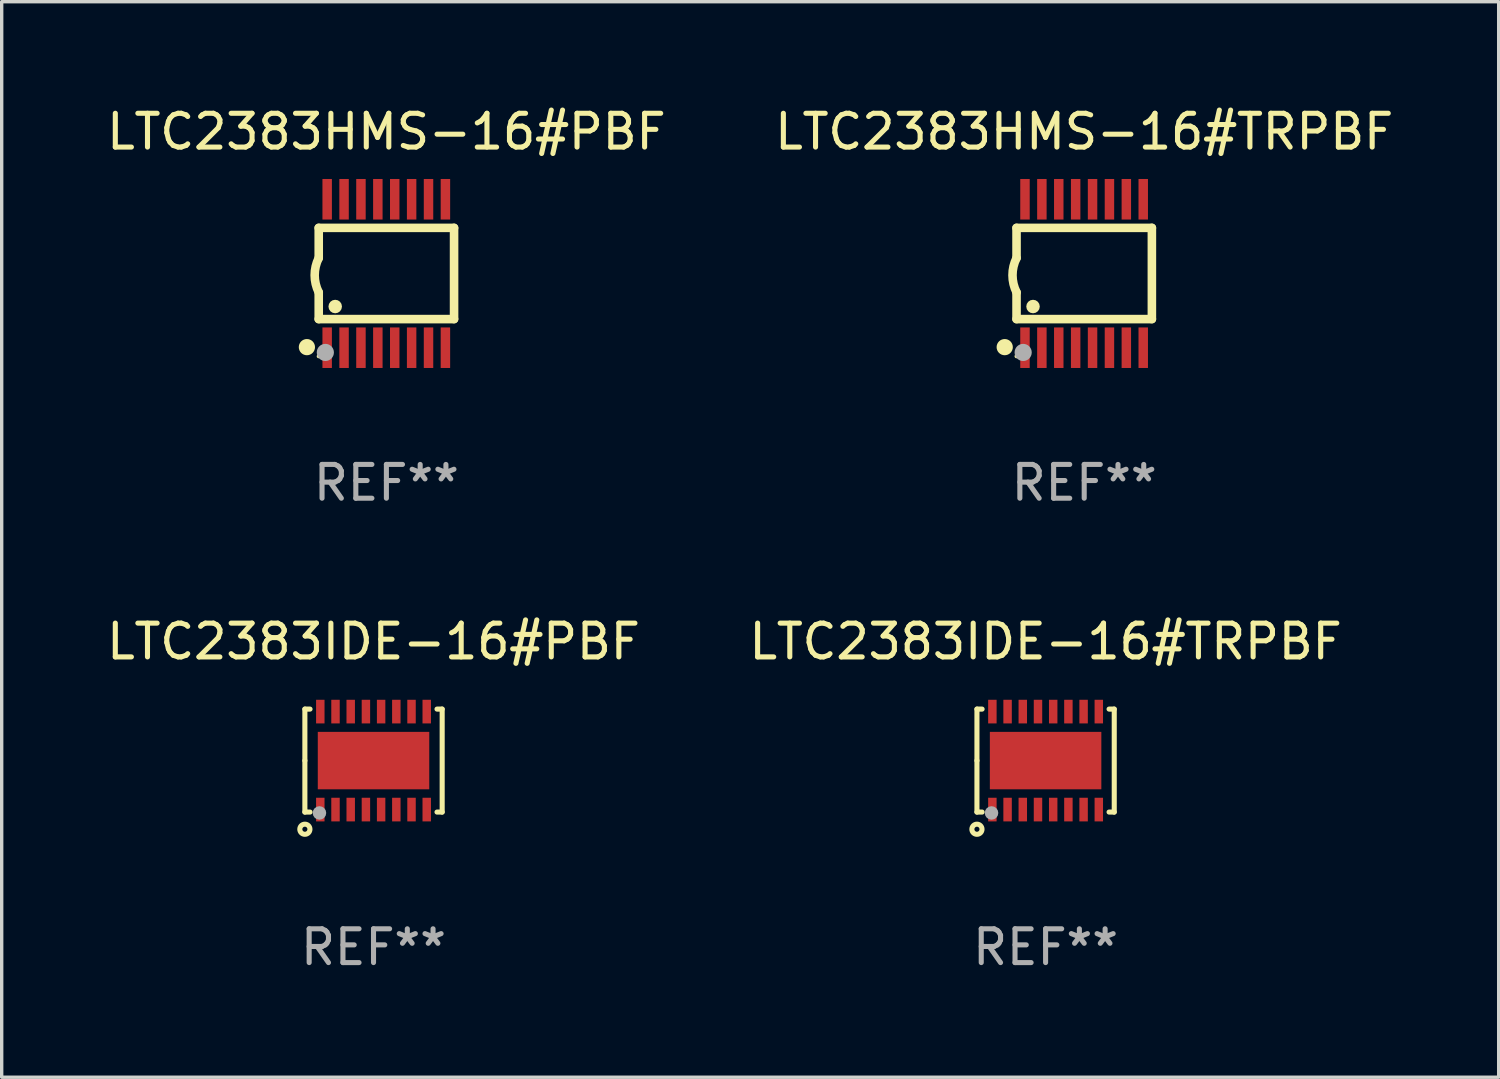
<source format=kicad_pcb>
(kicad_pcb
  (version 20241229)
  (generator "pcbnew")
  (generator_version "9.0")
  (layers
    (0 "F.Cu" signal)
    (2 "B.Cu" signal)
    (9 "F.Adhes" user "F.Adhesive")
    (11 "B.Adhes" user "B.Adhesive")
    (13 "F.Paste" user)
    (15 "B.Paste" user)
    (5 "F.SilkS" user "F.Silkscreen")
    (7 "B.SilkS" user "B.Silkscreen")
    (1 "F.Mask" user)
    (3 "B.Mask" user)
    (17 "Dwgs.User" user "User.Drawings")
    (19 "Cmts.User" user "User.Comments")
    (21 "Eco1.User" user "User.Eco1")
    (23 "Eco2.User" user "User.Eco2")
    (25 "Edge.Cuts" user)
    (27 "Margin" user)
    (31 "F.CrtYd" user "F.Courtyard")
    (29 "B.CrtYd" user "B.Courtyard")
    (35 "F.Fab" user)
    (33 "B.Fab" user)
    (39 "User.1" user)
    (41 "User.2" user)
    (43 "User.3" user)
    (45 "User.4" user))
  (footprint "LTC2383HMS-16#TRPBF"
    (layer "F.Cu")
    (at 29.042 5.045)
    (property "Reference" "LTC2383HMS-16#TRPBF" (at 0 -4.197 0) (layer "F.SilkS") (effects (font (size 1 1) (thickness 0.15))))
    (attr through_hole)
    (fp_line (start -2.003 -1.35) (end -2.003 -0.457) (stroke (width 0.254) (type solid)) (layer "F.SilkS"))
    (fp_line (start -2.003 -1.35) (end 2.003 -1.35) (stroke (width 0.254) (type solid)) (layer "F.SilkS"))
    (fp_line (start -2.003 1.35) (end -2.003 0.559) (stroke (width 0.254) (type solid)) (layer "F.SilkS"))
    (fp_line (start -2.003 1.35) (end 2.003 1.35) (stroke (width 0.254) (type solid)) (layer "F.SilkS"))
    (fp_line (start 2.003 -1.35) (end 2.003 1.35) (stroke (width 0.254) (type solid)) (layer "F.SilkS"))
    (fp_arc (start -2.002286 0.558802) (mid -2.122556 0.05092) (end -2.003302 -0.457201) (stroke (width 0.254001) (type solid)) (layer "F.SilkS"))
    (fp_circle (center -2.353 2.18) (end -2.233 2.18) (stroke (width 0.24) (type solid)) (fill no) (layer "F.SilkS"))
    (fp_circle (center -2.003 2.45) (end -1.973 2.45) (stroke (width 0.06) (type solid)) (fill no) (layer "F.SilkS"))
    (fp_circle (center -1.515 0.978) (end -1.415 0.978) (stroke (width 0.2) (type solid)) (fill no) (layer "F.SilkS"))
    (fp_circle (center -1.807 2.337) (end -1.68 2.337) (stroke (width 0.254) (type solid)) (fill no) (layer "F.Fab"))
    (fp_text user "REF**" (at 0 6.197 0) (layer "F.Fab") (effects (font (size 1 1) (thickness 0.15))))
    (pad "1" smd rect (at -1.753 2.197 90) (size 1.2 0.28) (layers "F.Cu" "F.Mask" "F.Paste"))
    (pad "2" smd rect (at -1.253 2.197 90) (size 1.2 0.28) (layers "F.Cu" "F.Mask" "F.Paste"))
    (pad "3" smd rect (at -0.753 2.197 90) (size 1.2 0.28) (layers "F.Cu" "F.Mask" "F.Paste"))
    (pad "4" smd rect (at -0.253 2.197 90) (size 1.2 0.28) (layers "F.Cu" "F.Mask" "F.Paste"))
    (pad "5" smd rect (at 0.247 2.197 90) (size 1.2 0.28) (layers "F.Cu" "F.Mask" "F.Paste"))
    (pad "6" smd rect (at 0.747 2.197 90) (size 1.2 0.28) (layers "F.Cu" "F.Mask" "F.Paste"))
    (pad "7" smd rect (at 1.247 2.197 90) (size 1.2 0.28) (layers "F.Cu" "F.Mask" "F.Paste"))
    (pad "8" smd rect (at 1.747 2.197 90) (size 1.2 0.28) (layers "F.Cu" "F.Mask" "F.Paste"))
    (pad "9" smd rect (at 1.747 -2.197 90) (size 1.2 0.28) (layers "F.Cu" "F.Mask" "F.Paste"))
    (pad "10" smd rect (at 1.247 -2.197 90) (size 1.2 0.28) (layers "F.Cu" "F.Mask" "F.Paste"))
    (pad "11" smd rect (at 0.747 -2.197 90) (size 1.2 0.28) (layers "F.Cu" "F.Mask" "F.Paste"))
    (pad "12" smd rect (at 0.247 -2.197 90) (size 1.2 0.28) (layers "F.Cu" "F.Mask" "F.Paste"))
    (pad "13" smd rect (at -0.253 -2.197 90) (size 1.2 0.28) (layers "F.Cu" "F.Mask" "F.Paste"))
    (pad "14" smd rect (at -0.753 -2.197 90) (size 1.2 0.28) (layers "F.Cu" "F.Mask" "F.Paste"))
    (pad "15" smd rect (at -1.253 -2.197 90) (size 1.2 0.28) (layers "F.Cu" "F.Mask" "F.Paste"))
    (pad "16" smd rect (at -1.753 -2.197 90) (size 1.2 0.28) (layers "F.Cu" "F.Mask" "F.Paste")))
  (footprint "LTC2383IDE-16#PBF"
    (layer "F.Cu")
    (at 8.006 19.463)
    (property "Reference" "LTC2383IDE-16#PBF" (at 0 -3.524 0) (layer "F.SilkS") (effects (font (size 1 1) (thickness 0.15))))
    (attr through_hole)
    (fp_line (start -2.032 -1.524) (end -1.879 -1.524) (stroke (width 0.15) (type solid)) (layer "F.SilkS"))
    (fp_line (start -2.032 0) (end -2.032 -1.524) (stroke (width 0.15) (type solid)) (layer "F.SilkS"))
    (fp_line (start -2.032 1.524) (end -2.032 0) (stroke (width 0.15) (type solid)) (layer "F.SilkS"))
    (fp_line (start -1.879 1.524) (end -2.032 1.524) (stroke (width 0.15) (type solid)) (layer "F.SilkS"))
    (fp_line (start 1.879 -1.524) (end 2.032 -1.524) (stroke (width 0.15) (type solid)) (layer "F.SilkS"))
    (fp_line (start 2.032 -1.524) (end 2.032 1.524) (stroke (width 0.15) (type solid)) (layer "F.SilkS"))
    (fp_line (start 2.032 1.524) (end 1.879 1.524) (stroke (width 0.15) (type solid)) (layer "F.SilkS"))
    (fp_circle (center -2.032 2.032) (end -1.882 2.032) (stroke (width 0.15) (type solid)) (fill no) (layer "F.SilkS"))
    (fp_circle (center -2 1.5) (end -1.97 1.5) (stroke (width 0.06) (type solid)) (fill no) (layer "F.SilkS"))
    (fp_circle (center -1.6 1.55) (end -1.5 1.55) (stroke (width 0.2) (type solid)) (fill no) (layer "F.Fab"))
    (fp_text user "REF**" (at 0 5.524 0) (layer "F.Fab") (effects (font (size 1 1) (thickness 0.15))))
    (pad "1" smd rect (at -1.575 1.45 90) (size 0.7 0.25) (layers "F.Cu" "F.Mask" "F.Paste"))
    (pad "2" smd rect (at -1.125 1.45 90) (size 0.7 0.25) (layers "F.Cu" "F.Mask" "F.Paste"))
    (pad "3" smd rect (at -0.675 1.45 90) (size 0.7 0.25) (layers "F.Cu" "F.Mask" "F.Paste"))
    (pad "4" smd rect (at -0.225 1.45 90) (size 0.7 0.25) (layers "F.Cu" "F.Mask" "F.Paste"))
    (pad "5" smd rect (at 0.225 1.45 90) (size 0.7 0.25) (layers "F.Cu" "F.Mask" "F.Paste"))
    (pad "6" smd rect (at 0.675 1.45 90) (size 0.7 0.25) (layers "F.Cu" "F.Mask" "F.Paste"))
    (pad "7" smd rect (at 1.125 1.45 90) (size 0.7 0.25) (layers "F.Cu" "F.Mask" "F.Paste"))
    (pad "8" smd rect (at 1.575 1.45 90) (size 0.7 0.25) (layers "F.Cu" "F.Mask" "F.Paste"))
    (pad "9" smd rect (at 1.575 -1.45 90) (size 0.7 0.25) (layers "F.Cu" "F.Mask" "F.Paste"))
    (pad "10" smd rect (at 1.125 -1.45 90) (size 0.7 0.25) (layers "F.Cu" "F.Mask" "F.Paste"))
    (pad "11" smd rect (at 0.675 -1.45 90) (size 0.7 0.25) (layers "F.Cu" "F.Mask" "F.Paste"))
    (pad "12" smd rect (at 0.225 -1.45 90) (size 0.7 0.25) (layers "F.Cu" "F.Mask" "F.Paste"))
    (pad "13" smd rect (at -0.225 -1.45 90) (size 0.7 0.25) (layers "F.Cu" "F.Mask" "F.Paste"))
    (pad "14" smd rect (at -0.675 -1.45 90) (size 0.7 0.25) (layers "F.Cu" "F.Mask" "F.Paste"))
    (pad "15" smd rect (at -1.125 -1.45 90) (size 0.7 0.25) (layers "F.Cu" "F.Mask" "F.Paste"))
    (pad "16" smd rect (at -1.575 -1.45 90) (size 0.7 0.25) (layers "F.Cu" "F.Mask" "F.Paste"))
    (pad "17" smd rect (at 0.000127 0 90) (size 1.7 3.3) (layers "F.Cu" "F.Mask" "F.Paste")))
  (footprint "LTC2383IDE-16#TRPBF"
    (layer "F.Cu")
    (at 27.899 19.463)
    (property "Reference" "LTC2383IDE-16#TRPBF" (at 0 -3.524 0) (layer "F.SilkS") (effects (font (size 1 1) (thickness 0.15))))
    (attr through_hole)
    (fp_line (start -2.032 -1.524) (end -1.879 -1.524) (stroke (width 0.15) (type solid)) (layer "F.SilkS"))
    (fp_line (start -2.032 0) (end -2.032 -1.524) (stroke (width 0.15) (type solid)) (layer "F.SilkS"))
    (fp_line (start -2.032 1.524) (end -2.032 0) (stroke (width 0.15) (type solid)) (layer "F.SilkS"))
    (fp_line (start -1.879 1.524) (end -2.032 1.524) (stroke (width 0.15) (type solid)) (layer "F.SilkS"))
    (fp_line (start 1.879 -1.524) (end 2.032 -1.524) (stroke (width 0.15) (type solid)) (layer "F.SilkS"))
    (fp_line (start 2.032 -1.524) (end 2.032 1.524) (stroke (width 0.15) (type solid)) (layer "F.SilkS"))
    (fp_line (start 2.032 1.524) (end 1.879 1.524) (stroke (width 0.15) (type solid)) (layer "F.SilkS"))
    (fp_circle (center -2.032 2.032) (end -1.882 2.032) (stroke (width 0.15) (type solid)) (fill no) (layer "F.SilkS"))
    (fp_circle (center -2 1.5) (end -1.97 1.5) (stroke (width 0.06) (type solid)) (fill no) (layer "F.SilkS"))
    (fp_circle (center -1.6 1.55) (end -1.5 1.55) (stroke (width 0.2) (type solid)) (fill no) (layer "F.Fab"))
    (fp_text user "REF**" (at 0 5.524 0) (layer "F.Fab") (effects (font (size 1 1) (thickness 0.15))))
    (pad "1" smd rect (at -1.575 1.45 90) (size 0.7 0.25) (layers "F.Cu" "F.Mask" "F.Paste"))
    (pad "2" smd rect (at -1.125 1.45 90) (size 0.7 0.25) (layers "F.Cu" "F.Mask" "F.Paste"))
    (pad "3" smd rect (at -0.675 1.45 90) (size 0.7 0.25) (layers "F.Cu" "F.Mask" "F.Paste"))
    (pad "4" smd rect (at -0.225 1.45 90) (size 0.7 0.25) (layers "F.Cu" "F.Mask" "F.Paste"))
    (pad "5" smd rect (at 0.225 1.45 90) (size 0.7 0.25) (layers "F.Cu" "F.Mask" "F.Paste"))
    (pad "6" smd rect (at 0.675 1.45 90) (size 0.7 0.25) (layers "F.Cu" "F.Mask" "F.Paste"))
    (pad "7" smd rect (at 1.125 1.45 90) (size 0.7 0.25) (layers "F.Cu" "F.Mask" "F.Paste"))
    (pad "8" smd rect (at 1.575 1.45 90) (size 0.7 0.25) (layers "F.Cu" "F.Mask" "F.Paste"))
    (pad "9" smd rect (at 1.575 -1.45 90) (size 0.7 0.25) (layers "F.Cu" "F.Mask" "F.Paste"))
    (pad "10" smd rect (at 1.125 -1.45 90) (size 0.7 0.25) (layers "F.Cu" "F.Mask" "F.Paste"))
    (pad "11" smd rect (at 0.675 -1.45 90) (size 0.7 0.25) (layers "F.Cu" "F.Mask" "F.Paste"))
    (pad "12" smd rect (at 0.225 -1.45 90) (size 0.7 0.25) (layers "F.Cu" "F.Mask" "F.Paste"))
    (pad "13" smd rect (at -0.225 -1.45 90) (size 0.7 0.25) (layers "F.Cu" "F.Mask" "F.Paste"))
    (pad "14" smd rect (at -0.675 -1.45 90) (size 0.7 0.25) (layers "F.Cu" "F.Mask" "F.Paste"))
    (pad "15" smd rect (at -1.125 -1.45 90) (size 0.7 0.25) (layers "F.Cu" "F.Mask" "F.Paste"))
    (pad "16" smd rect (at -1.575 -1.45 90) (size 0.7 0.25) (layers "F.Cu" "F.Mask" "F.Paste"))
    (pad "17" smd rect (at 0.000127 0 90) (size 1.7 3.3) (layers "F.Cu" "F.Mask" "F.Paste")))
  (footprint "LTC2383HMS-16#PBF"
    (layer "F.Cu")
    (at 8.387 5.045)
    (property "Reference" "LTC2383HMS-16#PBF" (at 0 -4.197 0) (layer "F.SilkS") (effects (font (size 1 1) (thickness 0.15))))
    (attr through_hole)
    (fp_line (start -2.003 -1.35) (end -2.003 -0.457) (stroke (width 0.254) (type solid)) (layer "F.SilkS"))
    (fp_line (start -2.003 -1.35) (end 2.003 -1.35) (stroke (width 0.254) (type solid)) (layer "F.SilkS"))
    (fp_line (start -2.003 1.35) (end -2.003 0.559) (stroke (width 0.254) (type solid)) (layer "F.SilkS"))
    (fp_line (start -2.003 1.35) (end 2.003 1.35) (stroke (width 0.254) (type solid)) (layer "F.SilkS"))
    (fp_line (start 2.003 -1.35) (end 2.003 1.35) (stroke (width 0.254) (type solid)) (layer "F.SilkS"))
    (fp_arc (start -2.002286 0.558802) (mid -2.122556 0.05092) (end -2.003302 -0.457201) (stroke (width 0.254001) (type solid)) (layer "F.SilkS"))
    (fp_circle (center -2.353 2.18) (end -2.233 2.18) (stroke (width 0.24) (type solid)) (fill no) (layer "F.SilkS"))
    (fp_circle (center -2.003 2.45) (end -1.973 2.45) (stroke (width 0.06) (type solid)) (fill no) (layer "F.SilkS"))
    (fp_circle (center -1.515 0.978) (end -1.415 0.978) (stroke (width 0.2) (type solid)) (fill no) (layer "F.SilkS"))
    (fp_circle (center -1.807 2.337) (end -1.68 2.337) (stroke (width 0.254) (type solid)) (fill no) (layer "F.Fab"))
    (fp_text user "REF**" (at 0 6.197 0) (layer "F.Fab") (effects (font (size 1 1) (thickness 0.15))))
    (pad "1" smd rect (at -1.753 2.197 90) (size 1.2 0.28) (layers "F.Cu" "F.Mask" "F.Paste"))
    (pad "2" smd rect (at -1.253 2.197 90) (size 1.2 0.28) (layers "F.Cu" "F.Mask" "F.Paste"))
    (pad "3" smd rect (at -0.753 2.197 90) (size 1.2 0.28) (layers "F.Cu" "F.Mask" "F.Paste"))
    (pad "4" smd rect (at -0.253 2.197 90) (size 1.2 0.28) (layers "F.Cu" "F.Mask" "F.Paste"))
    (pad "5" smd rect (at 0.247 2.197 90) (size 1.2 0.28) (layers "F.Cu" "F.Mask" "F.Paste"))
    (pad "6" smd rect (at 0.747 2.197 90) (size 1.2 0.28) (layers "F.Cu" "F.Mask" "F.Paste"))
    (pad "7" smd rect (at 1.247 2.197 90) (size 1.2 0.28) (layers "F.Cu" "F.Mask" "F.Paste"))
    (pad "8" smd rect (at 1.747 2.197 90) (size 1.2 0.28) (layers "F.Cu" "F.Mask" "F.Paste"))
    (pad "9" smd rect (at 1.747 -2.197 90) (size 1.2 0.28) (layers "F.Cu" "F.Mask" "F.Paste"))
    (pad "10" smd rect (at 1.247 -2.197 90) (size 1.2 0.28) (layers "F.Cu" "F.Mask" "F.Paste"))
    (pad "11" smd rect (at 0.747 -2.197 90) (size 1.2 0.28) (layers "F.Cu" "F.Mask" "F.Paste"))
    (pad "12" smd rect (at 0.247 -2.197 90) (size 1.2 0.28) (layers "F.Cu" "F.Mask" "F.Paste"))
    (pad "13" smd rect (at -0.253 -2.197 90) (size 1.2 0.28) (layers "F.Cu" "F.Mask" "F.Paste"))
    (pad "14" smd rect (at -0.753 -2.197 90) (size 1.2 0.28) (layers "F.Cu" "F.Mask" "F.Paste"))
    (pad "15" smd rect (at -1.253 -2.197 90) (size 1.2 0.28) (layers "F.Cu" "F.Mask" "F.Paste"))
    (pad "16" smd rect (at -1.753 -2.197 90) (size 1.2 0.28) (layers "F.Cu" "F.Mask" "F.Paste")))
  (gr_rect
    (start -3 -3)
    (end 41.31 28.835)
    (stroke (width 0.1) (type default))
    (fill no)
    (layer "Edge.Cuts")))
</source>
